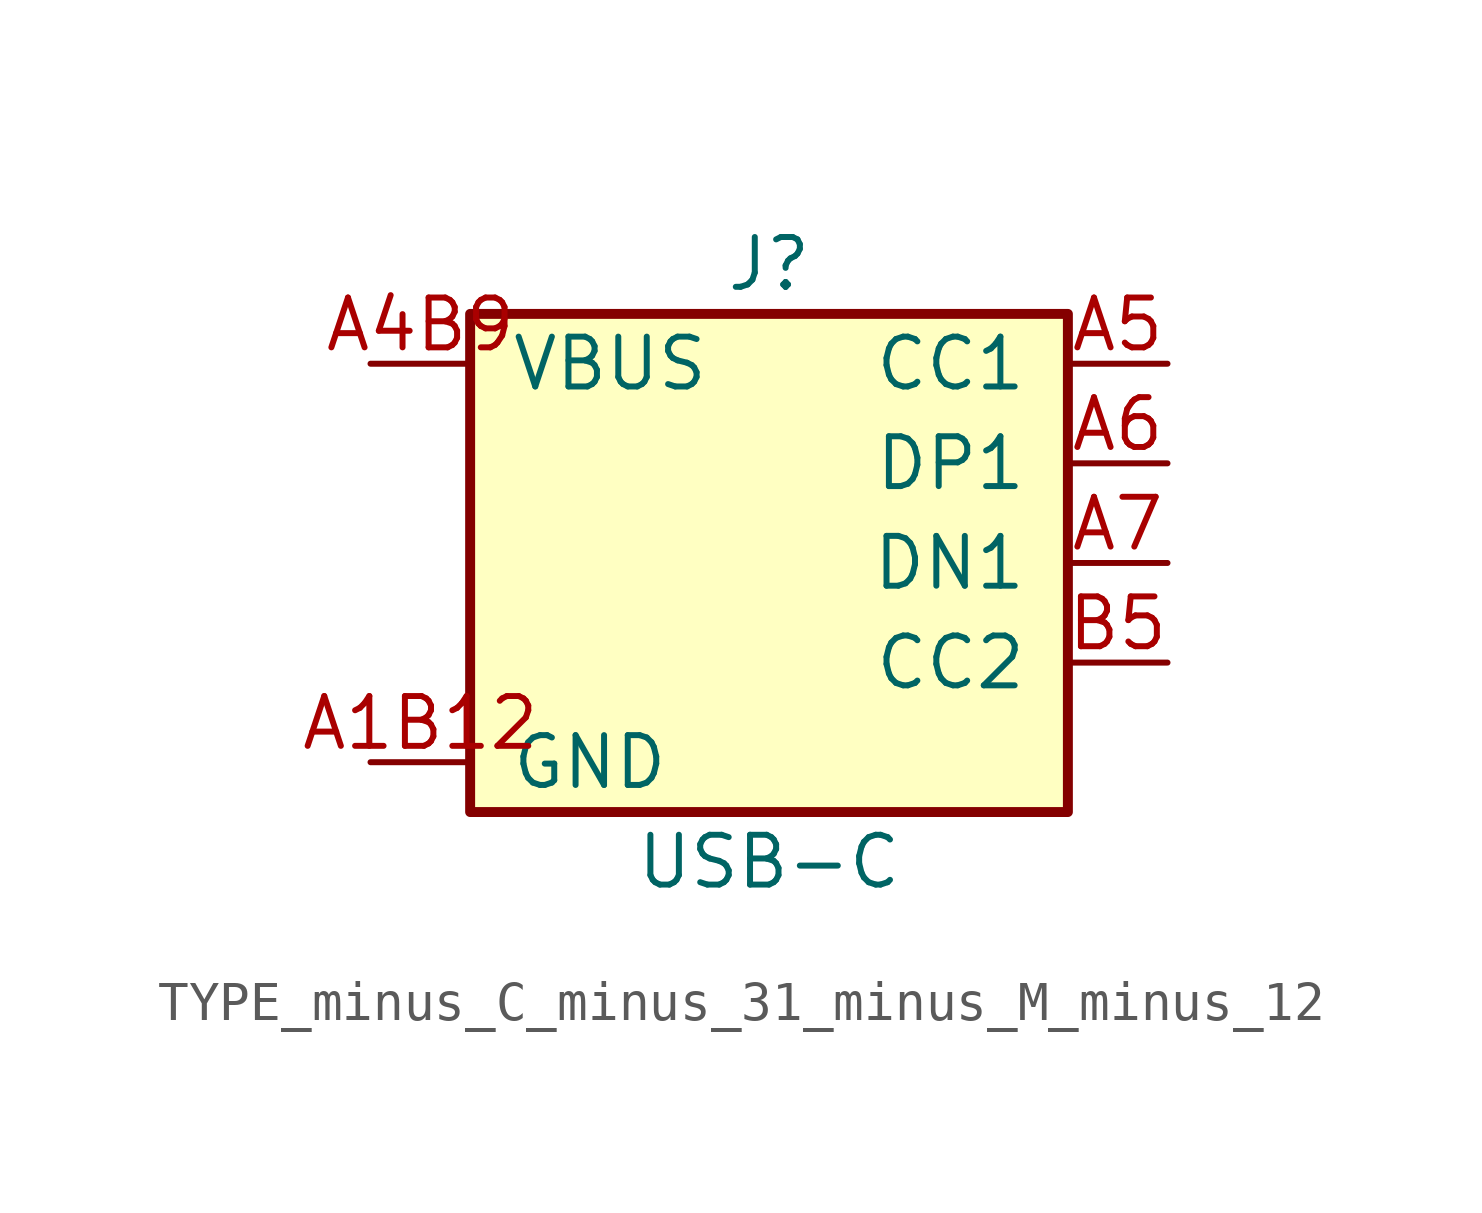
<source format=kicad_sym>
(kicad_symbol_lib
  (version 20240108)
  (generator "custom")
  (symbol "TYPE_minus_C_minus_31_minus_M_minus_12"
    (pin_names
      (offset 1.016))
    (property "Reference" "J"
      (at 0 7.62 0)
      (effects (font (size 1.27 1.27))))
    (property "Value" "USB-C"
      (at 0 -7.62 0)
      (effects (font (size 1.27 1.27))))
    (symbol "TYPE_minus_C_minus_31_minus_M_minus_12_0_1"
      (rectangle (start -7.62 6.35) (end 7.62 -6.35) (stroke (width 0.254) (type default)) (fill (type background))))
    (symbol "TYPE_minus_C_minus_31_minus_M_minus_12_1_1"
      (pin power_out line (at -10.16 5.08 0) (length 2.54) (name "VBUS" (effects (font (size 1.27 1.27)))) (number "A4B9" (effects (font (size 1.27 1.27)))))
      (pin power_in line (at -10.16 -5.08 0) (length 2.54) (name "GND" (effects (font (size 1.27 1.27)))) (number "A1B12" (effects (font (size 1.27 1.27)))))
      (pin bidirectional line (at 10.16 2.54 180) (length 2.54) (name "DP1" (effects (font (size 1.27 1.27)))) (number "A6" (effects (font (size 1.27 1.27)))))
      (pin bidirectional line (at 10.16 0 180) (length 2.54) (name "DN1" (effects (font (size 1.27 1.27)))) (number "A7" (effects (font (size 1.27 1.27)))))
      (pin passive line (at 10.16 5.08 180) (length 2.54) (name "CC1" (effects (font (size 1.27 1.27)))) (number "A5" (effects (font (size 1.27 1.27)))))
      (pin passive line (at 10.16 -2.54 180) (length 2.54) (name "CC2" (effects (font (size 1.27 1.27)))) (number "B5" (effects (font (size 1.27 1.27))))))))
</source>
